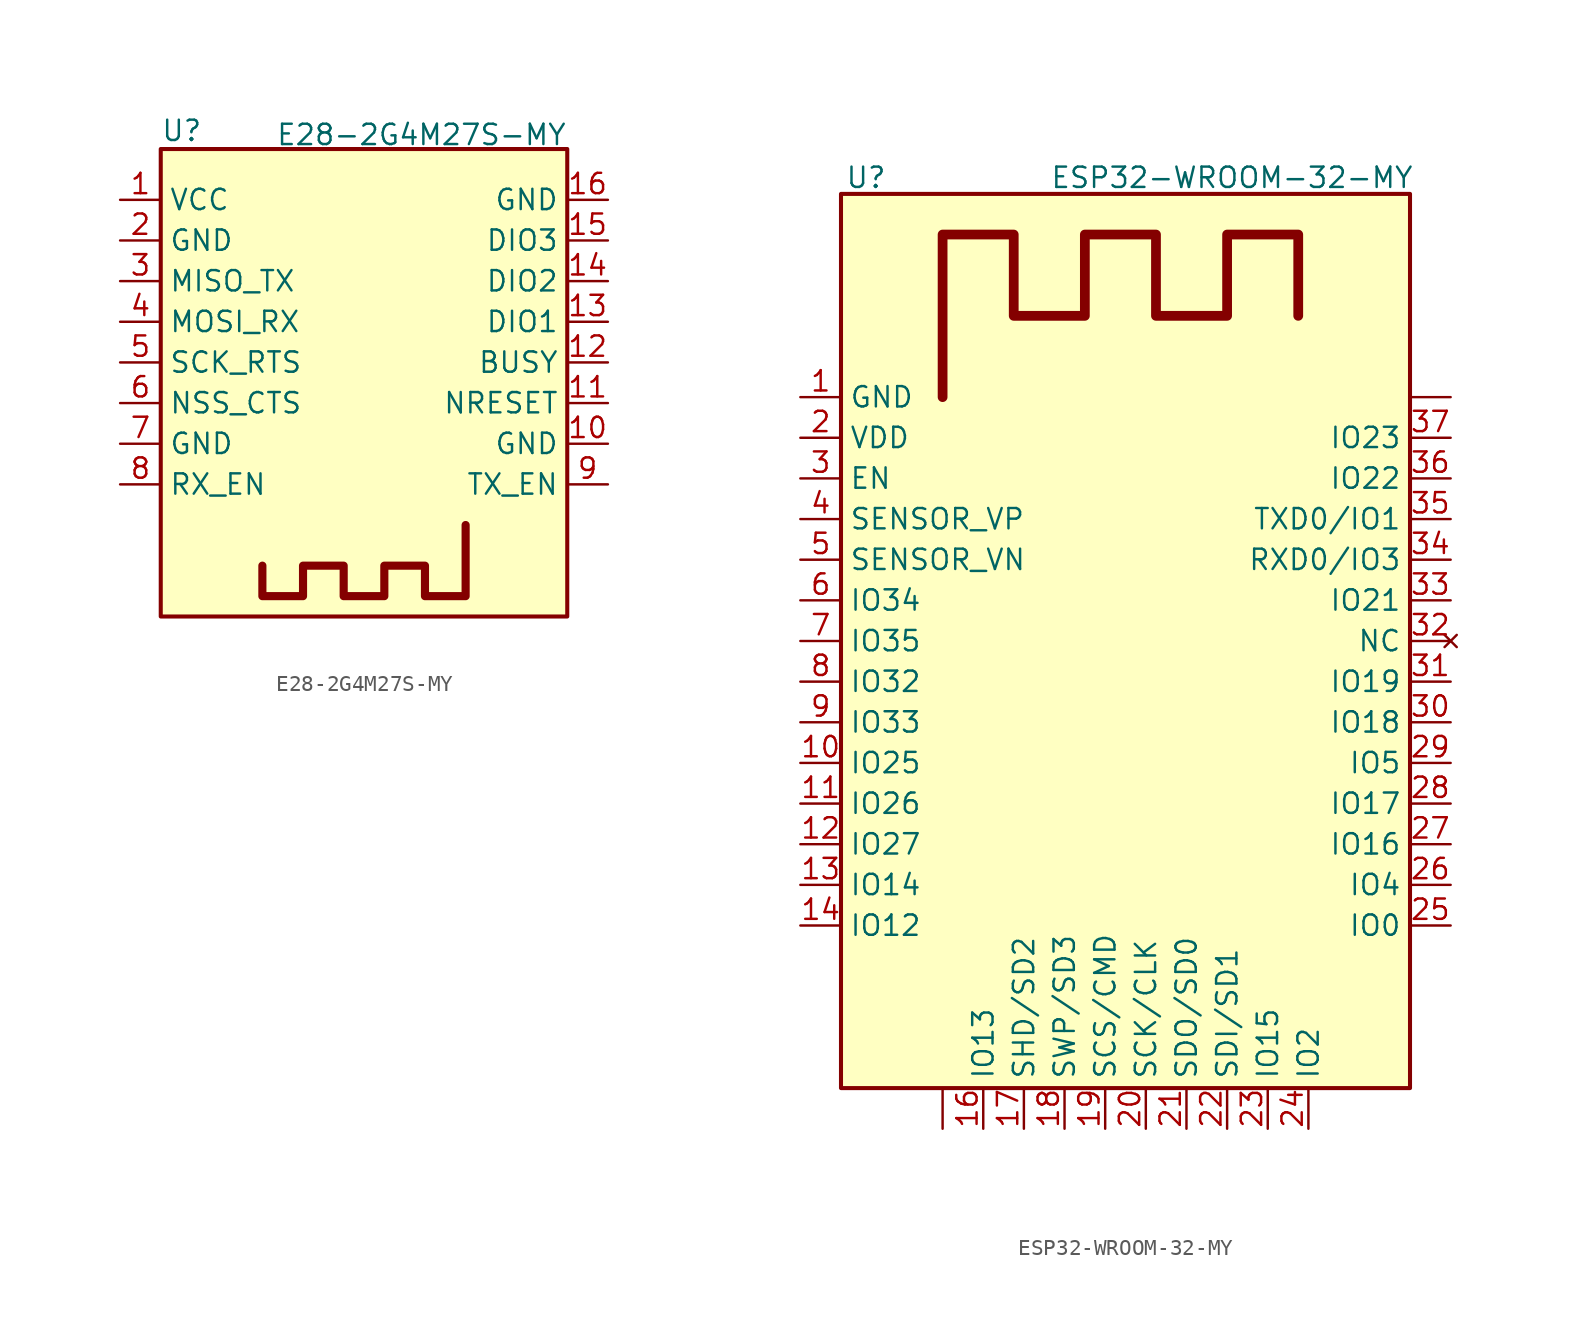
<source format=kicad_sym>
(kicad_symbol_lib
  (version 20231120)
  (generator "kicad_symbol_editor")
  (generator_version "8.0")
  (symbol "E28-2G4M27S-MY"
    (property "Reference" "U"
      (at -12.7 15.748 0)
      (effects (font (size 1.27 1.27)) (justify left)))
    (property "Value" "E28-2G4M27S-MY"
      (at 12.7 15.494 0)
      (effects (font (size 1.27 1.27)) (justify right)))
    (symbol "E28-2G4M27S-MY_0_1"
      (rectangle (start -12.7 14.605) (end 12.7 -14.605) (stroke (width 0.254) (type default)) (fill (type background))))
    (symbol "E28-2G4M27S-MY_1_1"
      (polyline (pts (xy 6.35 -8.89) (xy 6.35 -13.335) (xy 3.81 -13.335) (xy 3.81 -11.43) (xy 1.27 -11.43) (xy 1.27 -13.335) (xy -1.27 -13.335) (xy -1.27 -11.43) (xy -3.81 -11.43) (xy -3.81 -13.335) (xy -6.35 -13.335) (xy -6.35 -11.43)) (stroke (width 0.508) (type solid) (color 132 0 0 1)) (fill (type none)))
      (pin power_in line (at -15.24 11.43 0) (length 2.54) (name "VCC" (effects (font (size 1.27 1.27)))) (number "1" (effects (font (size 1.27 1.27)))))
      (pin passive line (at 15.24 -3.81 180) (length 2.54) (name "GND" (effects (font (size 1.27 1.27)))) (number "10" (effects (font (size 1.27 1.27)))))
      (pin bidirectional line (at 15.24 -1.27 180) (length 2.54) (name "NRESET" (effects (font (size 1.27 1.27)))) (number "11" (effects (font (size 1.27 1.27)))))
      (pin bidirectional line (at 15.24 1.27 180) (length 2.54) (name "BUSY" (effects (font (size 1.27 1.27)))) (number "12" (effects (font (size 1.27 1.27)))))
      (pin bidirectional line (at 15.24 3.81 180) (length 2.54) (name "DIO1" (effects (font (size 1.27 1.27)))) (number "13" (effects (font (size 1.27 1.27)))))
      (pin bidirectional line (at 15.24 6.35 180) (length 2.54) (name "DIO2" (effects (font (size 1.27 1.27)))) (number "14" (effects (font (size 1.27 1.27)))))
      (pin bidirectional line (at 15.24 8.89 180) (length 2.54) (name "DIO3" (effects (font (size 1.27 1.27)))) (number "15" (effects (font (size 1.27 1.27)))))
      (pin passive line (at 15.24 11.43 180) (length 2.54) (name "GND" (effects (font (size 1.27 1.27)))) (number "16" (effects (font (size 1.27 1.27)))))
      (pin power_in line (at -15.24 8.89 0) (length 2.54) (name "GND" (effects (font (size 1.27 1.27)))) (number "2" (effects (font (size 1.27 1.27)))))
      (pin bidirectional line (at -15.24 6.35 0) (length 2.54) (name "MISO_TX" (effects (font (size 1.27 1.27)))) (number "3" (effects (font (size 1.27 1.27)))))
      (pin bidirectional line (at -15.24 3.81 0) (length 2.54) (name "MOSI_RX" (effects (font (size 1.27 1.27)))) (number "4" (effects (font (size 1.27 1.27)))))
      (pin bidirectional line (at -15.24 1.27 0) (length 2.54) (name "SCK_RTS" (effects (font (size 1.27 1.27)))) (number "5" (effects (font (size 1.27 1.27)))))
      (pin bidirectional line (at -15.24 -1.27 0) (length 2.54) (name "NSS_CTS" (effects (font (size 1.27 1.27)))) (number "6" (effects (font (size 1.27 1.27)))))
      (pin passive line (at -15.24 -3.81 0) (length 2.54) (name "GND" (effects (font (size 1.27 1.27)))) (number "7" (effects (font (size 1.27 1.27)))))
      (pin bidirectional line (at -15.24 -6.35 0) (length 2.54) (name "RX_EN" (effects (font (size 1.27 1.27)))) (number "8" (effects (font (size 1.27 1.27)))))
      (pin bidirectional line (at 15.24 -6.35 180) (length 2.54) (name "TX_EN" (effects (font (size 1.27 1.27)))) (number "9" (effects (font (size 1.27 1.27)))))))
  (symbol "ESP32-WROOM-32-MY"
    (property "Reference" "U"
      (at -17.526 28.956 0)
      (effects (font (size 1.27 1.27)) (justify left)))
    (property "Value" "ESP32-WROOM-32-MY"
      (at 18.034 28.956 0)
      (effects (font (size 1.27 1.27)) (justify right)))
    (symbol "ESP32-WROOM-32-MY_0_1"
      (rectangle (start -17.78 27.94) (end 17.78 -27.94) (stroke (width 0.254) (type default)) (fill (type background)))
      (polyline (pts (xy -11.43 -27.94) (xy -11.43 -30.48)) (stroke (width 0) (type default)) (fill (type none)))
      (polyline (pts (xy 17.78 15.24) (xy 20.32 15.24)) (stroke (width 0) (type default)) (fill (type none))))
    (symbol "ESP32-WROOM-32-MY_1_1"
      (polyline (pts (xy -11.43 15.24) (xy -11.43 25.4) (xy -6.985 25.4) (xy -6.985 20.32) (xy -2.54 20.32) (xy -2.54 25.4) (xy 1.905 25.4) (xy 1.905 20.32) (xy 6.35 20.32) (xy 6.35 25.4) (xy 10.795 25.4) (xy 10.795 20.32)) (stroke (width 0.61) (type solid) (color 132 0 0 1)) (fill (type none)))
      (pin power_in line (at -20.32 15.24 0) (length 2.54) (name "GND" (effects (font (size 1.27 1.27)))) (number "1" (effects (font (size 1.27 1.27)))))
      (pin bidirectional line (at -20.32 -7.62 0) (length 2.54) (name "IO25" (effects (font (size 1.27 1.27)))) (number "10" (effects (font (size 1.27 1.27)))))
      (pin bidirectional line (at -20.32 -10.16 0) (length 2.54) (name "IO26" (effects (font (size 1.27 1.27)))) (number "11" (effects (font (size 1.27 1.27)))))
      (pin bidirectional line (at -20.32 -12.7 0) (length 2.54) (name "IO27" (effects (font (size 1.27 1.27)))) (number "12" (effects (font (size 1.27 1.27)))))
      (pin bidirectional line (at -20.32 -15.24 0) (length 2.54) (name "IO14" (effects (font (size 1.27 1.27)))) (number "13" (effects (font (size 1.27 1.27)))))
      (pin bidirectional line (at -20.32 -17.78 0) (length 2.54) (name "IO12" (effects (font (size 1.27 1.27)))) (number "14" (effects (font (size 1.27 1.27)))))
      (pin passive line (at -20.32 15.24 0) (length 2.54) hide (name "GND" (effects (font (size 1.27 1.27)))) (number "15" (effects (font (size 1.27 1.27)))))
      (pin bidirectional line (at -8.89 -30.48 90) (length 2.54) (name "IO13" (effects (font (size 1.27 1.27)))) (number "16" (effects (font (size 1.27 1.27)))))
      (pin bidirectional line (at -6.35 -30.48 90) (length 2.54) (name "SHD/SD2" (effects (font (size 1.27 1.27)))) (number "17" (effects (font (size 1.27 1.27)))))
      (pin bidirectional line (at -3.81 -30.48 90) (length 2.54) (name "SWP/SD3" (effects (font (size 1.27 1.27)))) (number "18" (effects (font (size 1.27 1.27)))))
      (pin bidirectional line (at -1.27 -30.48 90) (length 2.54) (name "SCS/CMD" (effects (font (size 1.27 1.27)))) (number "19" (effects (font (size 1.27 1.27)))))
      (pin power_in line (at -20.32 12.7 0) (length 2.54) (name "VDD" (effects (font (size 1.27 1.27)))) (number "2" (effects (font (size 1.27 1.27)))))
      (pin bidirectional line (at 1.27 -30.48 90) (length 2.54) (name "SCK/CLK" (effects (font (size 1.27 1.27)))) (number "20" (effects (font (size 1.27 1.27)))))
      (pin bidirectional line (at 3.81 -30.48 90) (length 2.54) (name "SDO/SD0" (effects (font (size 1.27 1.27)))) (number "21" (effects (font (size 1.27 1.27)))))
      (pin bidirectional line (at 6.35 -30.48 90) (length 2.54) (name "SDI/SD1" (effects (font (size 1.27 1.27)))) (number "22" (effects (font (size 1.27 1.27)))))
      (pin bidirectional line (at 8.89 -30.48 90) (length 2.54) (name "IO15" (effects (font (size 1.27 1.27)))) (number "23" (effects (font (size 1.27 1.27)))))
      (pin bidirectional line (at 11.43 -30.48 90) (length 2.54) (name "IO2" (effects (font (size 1.27 1.27)))) (number "24" (effects (font (size 1.27 1.27)))))
      (pin bidirectional line (at 20.32 -17.78 180) (length 2.54) (name "IO0" (effects (font (size 1.27 1.27)))) (number "25" (effects (font (size 1.27 1.27)))))
      (pin bidirectional line (at 20.32 -15.24 180) (length 2.54) (name "IO4" (effects (font (size 1.27 1.27)))) (number "26" (effects (font (size 1.27 1.27)))))
      (pin bidirectional line (at 20.32 -12.7 180) (length 2.54) (name "IO16" (effects (font (size 1.27 1.27)))) (number "27" (effects (font (size 1.27 1.27)))))
      (pin bidirectional line (at 20.32 -10.16 180) (length 2.54) (name "IO17" (effects (font (size 1.27 1.27)))) (number "28" (effects (font (size 1.27 1.27)))))
      (pin bidirectional line (at 20.32 -7.62 180) (length 2.54) (name "IO5" (effects (font (size 1.27 1.27)))) (number "29" (effects (font (size 1.27 1.27)))))
      (pin input line (at -20.32 10.16 0) (length 2.54) (name "EN" (effects (font (size 1.27 1.27)))) (number "3" (effects (font (size 1.27 1.27)))))
      (pin bidirectional line (at 20.32 -5.08 180) (length 2.54) (name "IO18" (effects (font (size 1.27 1.27)))) (number "30" (effects (font (size 1.27 1.27)))))
      (pin bidirectional line (at 20.32 -2.54 180) (length 2.54) (name "IO19" (effects (font (size 1.27 1.27)))) (number "31" (effects (font (size 1.27 1.27)))))
      (pin no_connect line (at 20.32 0 180) (length 2.54) (name "NC" (effects (font (size 1.27 1.27)))) (number "32" (effects (font (size 1.27 1.27)))))
      (pin bidirectional line (at 20.32 2.54 180) (length 2.54) (name "IO21" (effects (font (size 1.27 1.27)))) (number "33" (effects (font (size 1.27 1.27)))))
      (pin bidirectional line (at 20.32 5.08 180) (length 2.54) (name "RXD0/IO3" (effects (font (size 1.27 1.27)))) (number "34" (effects (font (size 1.27 1.27)))))
      (pin bidirectional line (at 20.32 7.62 180) (length 2.54) (name "TXD0/IO1" (effects (font (size 1.27 1.27)))) (number "35" (effects (font (size 1.27 1.27)))))
      (pin bidirectional line (at 20.32 10.16 180) (length 2.54) (name "IO22" (effects (font (size 1.27 1.27)))) (number "36" (effects (font (size 1.27 1.27)))))
      (pin bidirectional line (at 20.32 12.7 180) (length 2.54) (name "IO23" (effects (font (size 1.27 1.27)))) (number "37" (effects (font (size 1.27 1.27)))))
      (pin passive line (at -20.32 15.24 0) (length 2.54) hide (name "GND" (effects (font (size 1.27 1.27)))) (number "38" (effects (font (size 1.27 1.27)))))
      (pin passive line (at -20.32 15.24 0) (length 2.54) hide (name "GND" (effects (font (size 1.27 1.27)))) (number "39" (effects (font (size 1.27 1.27)))))
      (pin input line (at -20.32 7.62 0) (length 2.54) (name "SENSOR_VP" (effects (font (size 1.27 1.27)))) (number "4" (effects (font (size 1.27 1.27)))))
      (pin input line (at -20.32 5.08 0) (length 2.54) (name "SENSOR_VN" (effects (font (size 1.27 1.27)))) (number "5" (effects (font (size 1.27 1.27)))))
      (pin input line (at -20.32 2.54 0) (length 2.54) (name "IO34" (effects (font (size 1.27 1.27)))) (number "6" (effects (font (size 1.27 1.27)))))
      (pin input line (at -20.32 0 0) (length 2.54) (name "IO35" (effects (font (size 1.27 1.27)))) (number "7" (effects (font (size 1.27 1.27)))))
      (pin bidirectional line (at -20.32 -2.54 0) (length 2.54) (name "IO32" (effects (font (size 1.27 1.27)))) (number "8" (effects (font (size 1.27 1.27)))))
      (pin bidirectional line (at -20.32 -5.08 0) (length 2.54) (name "IO33" (effects (font (size 1.27 1.27)))) (number "9" (effects (font (size 1.27 1.27))))))))
</source>
